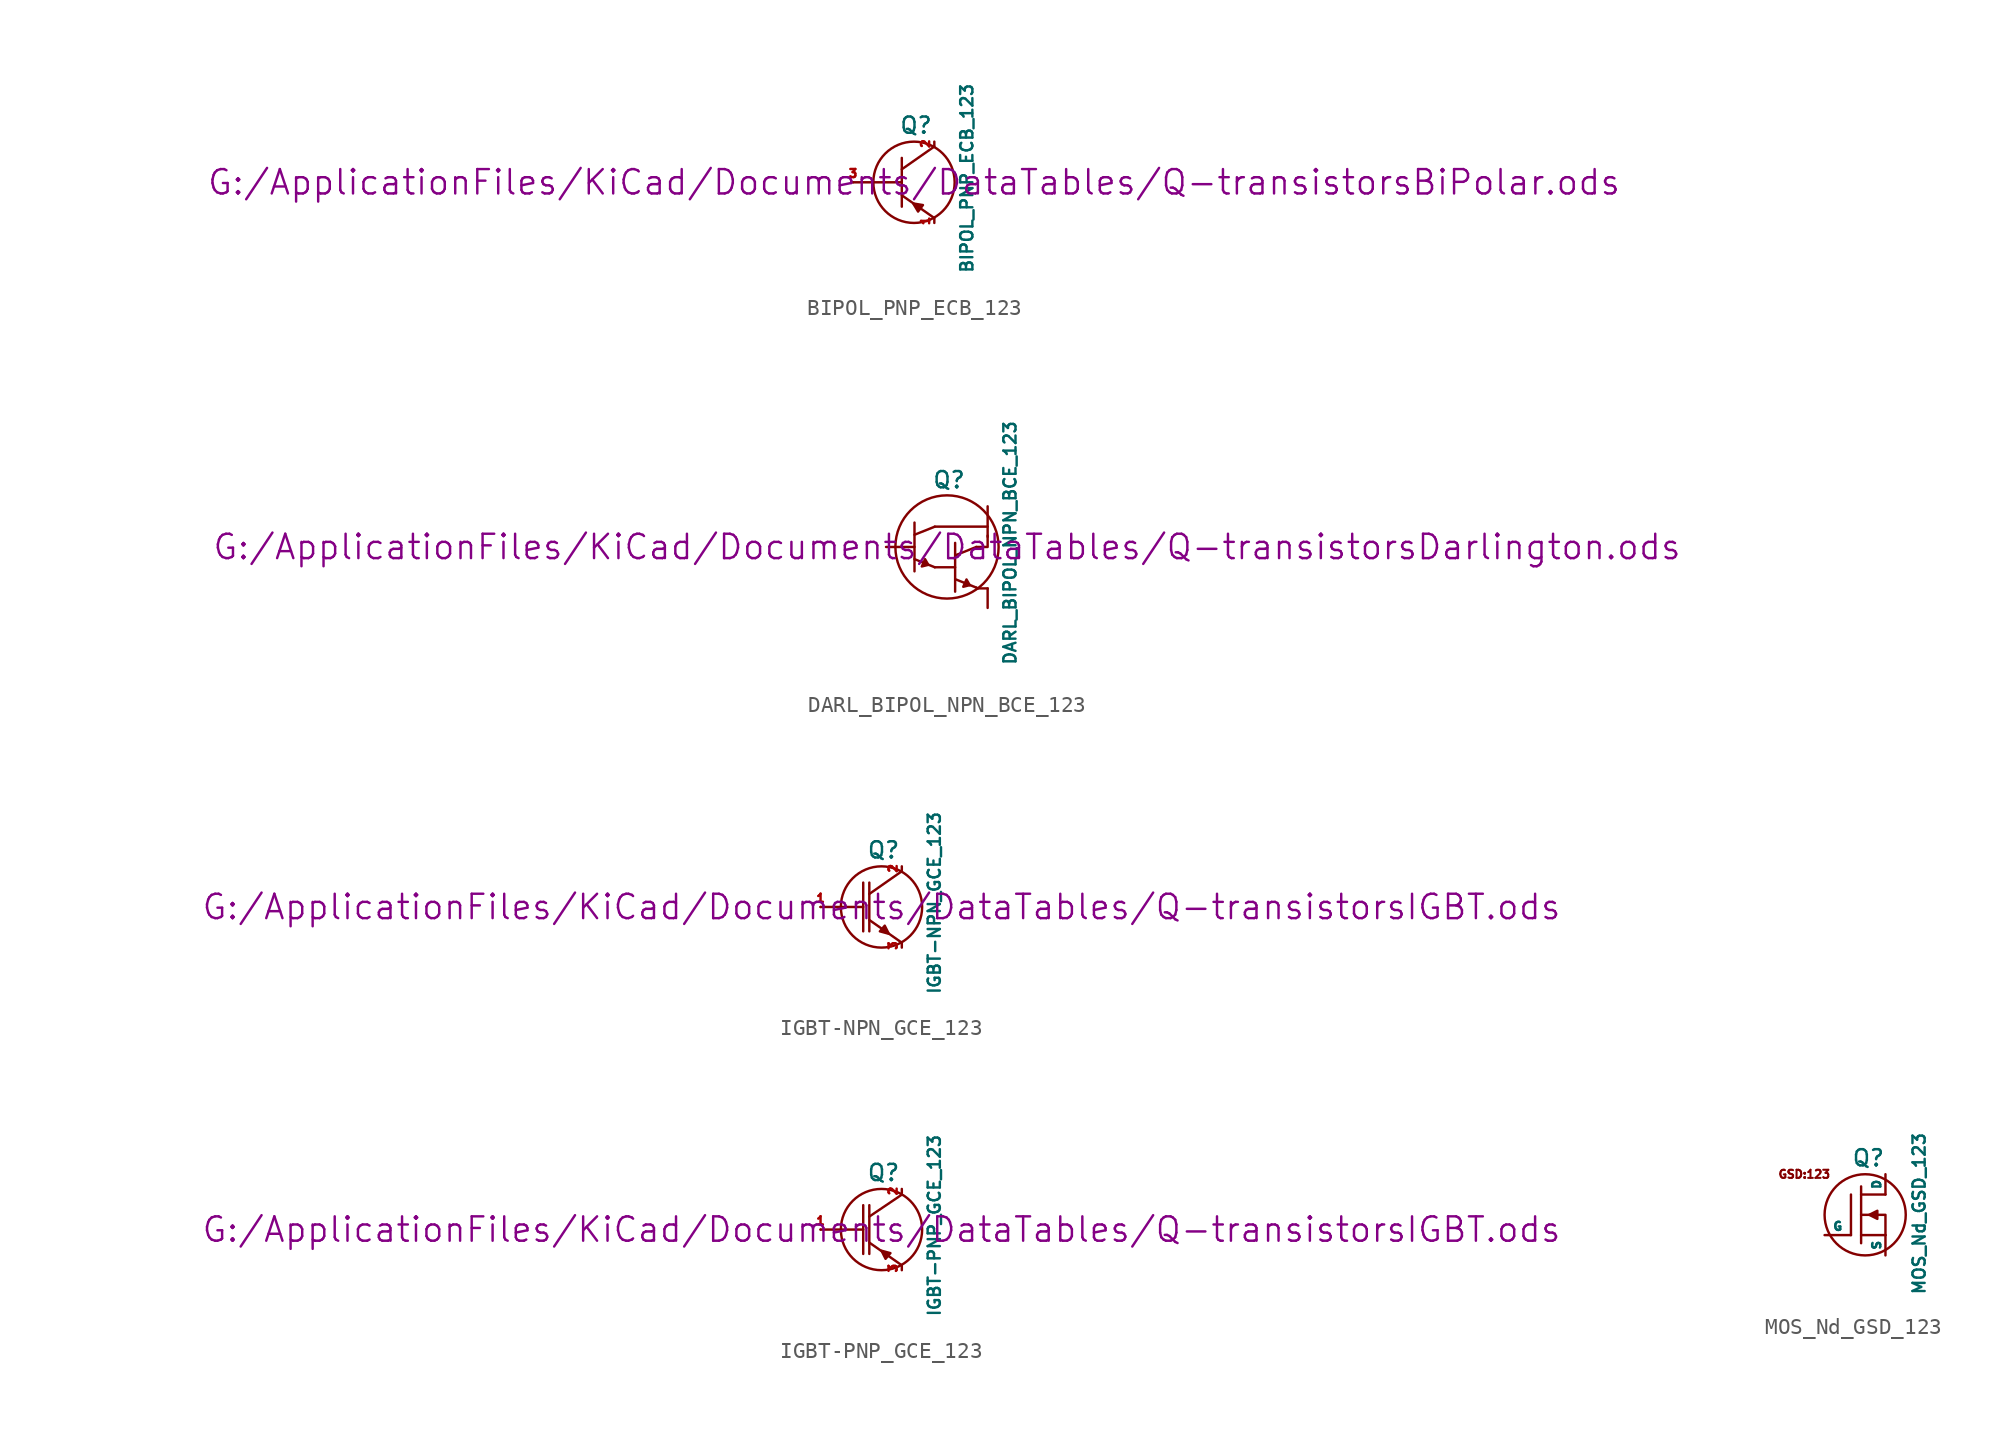
<source format=kicad_sym>
(kicad_symbol_lib
  (version 20211014)
  (generator kicad_symbol_editor)
  (symbol "BIPOL_PNP_ECB_123"
    (pin_names
      (offset 0) hide)
    (property "Reference" "Q"
      (at 0.127 3.556 0)
      (effects (font (size 1.016 1.016))))
    (property "Value" "BIPOL_PNP_ECB_123"
      (at 3.302 0.254 90)
      (effects (font (size 0.762 0.762))))
    (property "Footprint" ""
      (at 0 0 0)
      (effects (font (size 1.524 1.524))))
    (property "Datasheet" "G:/ApplicationFiles/KiCad/Documents/DataTables/Q-transistorsBiPolar.ods"
      (at 0 0 0)
      (effects (font (size 1.524 1.524))))
    (symbol "BIPOL_PNP_ECB_123_0_1"
      (polyline (pts (xy -3.81 0) (xy -0.762 0)) (stroke (width 0) (type default) (color 0 0 0 0)) (fill (type none)))
      (polyline (pts (xy -0.762 -0.813) (xy 1.27 -2.235)) (stroke (width 0) (type default) (color 0 0 0 0)) (fill (type none)))
      (polyline (pts (xy -0.762 0.813) (xy 1.27 2.235)) (stroke (width 0) (type default) (color 0 0 0 0)) (fill (type none)))
      (polyline (pts (xy -0.762 1.524) (xy -0.762 -1.524)) (stroke (width 0) (type default) (color 0 0 0 0)) (fill (type none)))
      (polyline (pts (xy -0.051 -1.321) (xy 0.254 -1.829) (xy 0.559 -1.422) (xy -0.051 -1.321)) (stroke (width 0) (type default) (color 0 0 0 0)) (fill (type outline)))
      (circle (center 0 0) (radius 2.54) (stroke (width 0) (type default) (color 0 0 0 0)) (fill (type none))))
    (symbol "BIPOL_PNP_ECB_123_1_1"
      (pin passive line (at 1.27 -2.54 90) (length 0.254) (name "E" (effects (font (size 0.635 0.635)))) (number "1" (effects (font (size 0.508 0.508)))))
      (pin passive line (at 1.27 2.54 270) (length 0.254) (name "C" (effects (font (size 0.635 0.635)))) (number "2" (effects (font (size 0.508 0.508)))))
      (pin passive line (at -3.81 0 0) (length 0) (name "B" (effects (font (size 0.508 0.508)))) (number "3" (effects (font (size 0.508 0.508)))))))
  (symbol "DARL_BIPOL_NPN_BCE_123"
    (pin_numbers hide)
    (pin_names
      (offset 0) hide)
    (property "Reference" "Q"
      (at 0.127 4.191 0)
      (effects (font (size 1.016 1.016))))
    (property "Value" "DARL_BIPOL_NPN_BCE_123"
      (at 3.937 0.254 90)
      (effects (font (size 0.762 0.762))))
    (property "Footprint" ""
      (at 0 0 0)
      (effects (font (size 1.524 1.524))))
    (property "Datasheet" "G:/ApplicationFiles/KiCad/Documents/DataTables/Q-transistorsDarlington.ods"
      (at 0 0 0)
      (effects (font (size 1.524 1.524))))
    (symbol "DARL_BIPOL_NPN_BCE_123_0_1"
      (polyline (pts (xy -2.032 -0.762) (xy -0.762 -1.27)) (stroke (width 0) (type default) (color 0 0 0 0)) (fill (type none)))
      (polyline (pts (xy -2.032 0.762) (xy -0.762 1.27)) (stroke (width 0) (type default) (color 0 0 0 0)) (fill (type none)))
      (polyline (pts (xy -2.032 1.524) (xy -2.032 -1.524)) (stroke (width 0) (type default) (color 0 0 0 0)) (fill (type none)))
      (polyline (pts (xy -1.168 -1.118) (xy -1.168 -1.118)) (stroke (width 0) (type default) (color 0 0 0 0)) (fill (type none)))
      (polyline (pts (xy 0.508 -1.27) (xy -0.762 -1.27)) (stroke (width 0) (type default) (color 0 0 0 0)) (fill (type none)))
      (polyline (pts (xy 0.508 0.254) (xy 0.508 -2.794)) (stroke (width 0) (type default) (color 0 0 0 0)) (fill (type none)))
      (polyline (pts (xy 0.559 -2.032) (xy 1.829 -2.54)) (stroke (width 0) (type default) (color 0 0 0 0)) (fill (type none)))
      (polyline (pts (xy 0.559 -0.508) (xy 1.829 0)) (stroke (width 0) (type default) (color 0 0 0 0)) (fill (type none)))
      (polyline (pts (xy 1.422 -2.388) (xy 1.422 -2.388)) (stroke (width 0) (type default) (color 0 0 0 0)) (fill (type none)))
      (polyline (pts (xy 1.829 -2.54) (xy 1.93 -2.591)) (stroke (width 0) (type default) (color 0 0 0 0)) (fill (type none)))
      (polyline (pts (xy 2.54 -2.591) (xy 1.93 -2.591)) (stroke (width 0) (type default) (color 0 0 0 0)) (fill (type none)))
      (polyline (pts (xy 2.54 1.27) (xy -0.762 1.27)) (stroke (width 0) (type default) (color 0 0 0 0)) (fill (type none)))
      (polyline (pts (xy 1.829 0) (xy 2.54 0) (xy 2.54 0.711)) (stroke (width 0) (type default) (color 0 0 0 0)) (fill (type none)))
      (polyline (pts (xy -1.168 -1.118) (xy -1.372 -0.762) (xy -1.575 -1.219) (xy -1.168 -1.118)) (stroke (width 0) (type default) (color 0 0 0 0)) (fill (type outline)))
      (polyline (pts (xy 1.422 -2.388) (xy 1.219 -2.032) (xy 1.016 -2.489) (xy 1.422 -2.388)) (stroke (width 0) (type default) (color 0 0 0 0)) (fill (type outline)))
      (circle (center 0 0) (radius 3.226) (stroke (width 0) (type default) (color 0 0 0 0)) (fill (type none))))
    (symbol "DARL_BIPOL_NPN_BCE_123_1_1"
      (pin passive line (at -3.81 0 0) (length 1.778) (name "B" (effects (font (size 0.635 0.635)))) (number "1" (effects (font (size 0.635 0.635)))))
      (pin passive line (at 2.54 2.54 270) (length 1.905) (name "C" (effects (font (size 0.635 0.635)))) (number "2" (effects (font (size 0.635 0.635)))))
      (pin passive line (at 2.54 -3.81 90) (length 1.219) (name "E" (effects (font (size 0.635 0.635)))) (number "3" (effects (font (size 0.635 0.635)))))))
  (symbol "IGBT-NPN_GCE_123"
    (pin_names
      (offset 0) hide)
    (property "Reference" "Q"
      (at 0.127 3.556 0)
      (effects (font (size 1.016 1.016))))
    (property "Value" "IGBT-NPN_GCE_123"
      (at 3.302 0.254 90)
      (effects (font (size 0.762 0.762))))
    (property "Footprint" ""
      (at 0 0 0)
      (effects (font (size 1.524 1.524))))
    (property "Datasheet" "G:/ApplicationFiles/KiCad/Documents/DataTables/Q-transistorsIGBT.ods"
      (at 0 0 0)
      (effects (font (size 1.524 1.524))))
    (symbol "IGBT-NPN_GCE_123_0_1"
      (polyline (pts (xy -3.81 0) (xy -1.143 0)) (stroke (width 0) (type default) (color 0 0 0 0)) (fill (type none)))
      (polyline (pts (xy -1.143 1.524) (xy -1.143 -1.524)) (stroke (width 0) (type default) (color 0 0 0 0)) (fill (type none)))
      (polyline (pts (xy -0.762 -0.813) (xy 1.27 -2.235)) (stroke (width 0) (type default) (color 0 0 0 0)) (fill (type none)))
      (polyline (pts (xy -0.762 0.813) (xy 1.27 2.235)) (stroke (width 0) (type default) (color 0 0 0 0)) (fill (type none)))
      (polyline (pts (xy -0.762 1.524) (xy -0.762 -1.524)) (stroke (width 0) (type default) (color 0 0 0 0)) (fill (type none)))
      (polyline (pts (xy 0.457 -1.676) (xy 0.203 -1.168) (xy -0.102 -1.524) (xy 0.457 -1.676)) (stroke (width 0) (type default) (color 0 0 0 0)) (fill (type outline)))
      (circle (center 0 0) (radius 2.54) (stroke (width 0) (type default) (color 0 0 0 0)) (fill (type none))))
    (symbol "IGBT-NPN_GCE_123_1_1"
      (pin passive line (at -3.81 0 0) (length 0) (name "G" (effects (font (size 0.508 0.508)))) (number "1" (effects (font (size 0.508 0.508)))))
      (pin passive line (at 1.27 2.54 270) (length 0.254) (name "C" (effects (font (size 0.635 0.635)))) (number "2" (effects (font (size 0.508 0.508)))))
      (pin passive line (at 1.27 -2.54 90) (length 0.254) (name "E" (effects (font (size 0.635 0.635)))) (number "3" (effects (font (size 0.508 0.508)))))))
  (symbol "IGBT-PNP_GCE_123"
    (pin_names
      (offset 0) hide)
    (property "Reference" "Q"
      (at 0.127 3.556 0)
      (effects (font (size 1.016 1.016))))
    (property "Value" "IGBT-PNP_GCE_123"
      (at 3.302 0.254 90)
      (effects (font (size 0.762 0.762))))
    (property "Footprint" ""
      (at 0 0 0)
      (effects (font (size 1.524 1.524))))
    (property "Datasheet" "G:/ApplicationFiles/KiCad/Documents/DataTables/Q-transistorsIGBT.ods"
      (at 0 0 0)
      (effects (font (size 1.524 1.524))))
    (symbol "IGBT-PNP_GCE_123_0_1"
      (polyline (pts (xy -3.81 0) (xy -1.143 0)) (stroke (width 0) (type default) (color 0 0 0 0)) (fill (type none)))
      (polyline (pts (xy -1.143 1.524) (xy -1.143 -1.524)) (stroke (width 0) (type default) (color 0 0 0 0)) (fill (type none)))
      (polyline (pts (xy -0.762 -0.813) (xy 1.27 -2.235)) (stroke (width 0) (type default) (color 0 0 0 0)) (fill (type none)))
      (polyline (pts (xy -0.762 0.813) (xy 1.27 2.184)) (stroke (width 0) (type default) (color 0 0 0 0)) (fill (type none)))
      (polyline (pts (xy -0.762 1.524) (xy -0.762 -1.524)) (stroke (width 0) (type default) (color 0 0 0 0)) (fill (type none)))
      (polyline (pts (xy 1.27 2.184) (xy 1.27 2.184)) (stroke (width 0) (type default) (color 0 0 0 0)) (fill (type none)))
      (polyline (pts (xy 0 -1.321) (xy 0.254 -1.829) (xy 0.559 -1.473) (xy 0 -1.321)) (stroke (width 0) (type default) (color 0 0 0 0)) (fill (type outline)))
      (circle (center 0 0) (radius 2.54) (stroke (width 0) (type default) (color 0 0 0 0)) (fill (type none))))
    (symbol "IGBT-PNP_GCE_123_1_1"
      (pin passive line (at -3.81 0 0) (length 0) (name "G" (effects (font (size 0.508 0.508)))) (number "1" (effects (font (size 0.508 0.508)))))
      (pin passive line (at 1.27 2.54 270) (length 0.254) (name "C" (effects (font (size 0.635 0.635)))) (number "2" (effects (font (size 0.508 0.508)))))
      (pin passive line (at 1.27 -2.54 90) (length 0.254) (name "E" (effects (font (size 0.635 0.635)))) (number "3" (effects (font (size 0.508 0.508)))))))
  (symbol "MOS_Nd_GSD_123"
    (pin_numbers hide)
    (pin_names
      (offset 0))
    (property "Reference" "Q"
      (at 0.203 3.556 0)
      (effects (font (size 1.016 1.016))))
    (property "Value" "MOS_Nd_GSD_123"
      (at 3.378 0.076 90)
      (effects (font (size 0.762 0.762))))
    (property "Footprint" ""
      (at 0 0 0)
      (effects (font (size 1.524 1.524))))
    (property "Datasheet" ""
      (at 0 0 0)
      (effects (font (size 1.524 1.524))))
    (symbol "MOS_Nd_GSD_123_0_0"
      (text "GSD:123" (at -3.81 2.54 0) (effects (font (size 0.508 0.508)))))
    (symbol "MOS_Nd_GSD_123_0_1"
      (polyline (pts (xy -0.889 1.27) (xy -0.889 -1.27)) (stroke (width 0) (type default) (color 0 0 0 0)) (fill (type none)))
      (polyline (pts (xy -0.254 -1.27) (xy 1.27 -1.27) (xy 1.27 -1.27)) (stroke (width 0) (type default) (color 0 0 0 0)) (fill (type outline)))
      (polyline (pts (xy -0.254 0) (xy 1.27 0) (xy 1.27 -1.27)) (stroke (width 0) (type default) (color 0 0 0 0)) (fill (type none)))
      (polyline (pts (xy -0.254 1.27) (xy 1.27 1.27) (xy 1.27 1.27)) (stroke (width 0) (type default) (color 0 0 0 0)) (fill (type outline)))
      (polyline (pts (xy -0.254 1.778) (xy -0.254 -1.778) (xy -0.254 -1.778)) (stroke (width 0) (type default) (color 0 0 0 0)) (fill (type outline)))
      (polyline (pts (xy 0.254 0) (xy 0.762 0.254) (xy 0.762 -0.254) (xy 0.254 0)) (stroke (width 0) (type default) (color 0 0 0 0)) (fill (type outline)))
      (circle (center 0 0) (radius 2.54) (stroke (width 0) (type default) (color 0 0 0 0)) (fill (type none))))
    (symbol "MOS_Nd_GSD_123_1_1"
      (pin passive line (at -2.54 -1.27 0) (length 1.651) (name "G" (effects (font (size 0.508 0.508)))) (number "1" (effects (font (size 0.635 0.635)))))
      (pin passive line (at 1.27 2.54 270) (length 1.27) (name "D" (effects (font (size 0.508 0.508)))) (number "2" (effects (font (size 0.508 0.508)))))
      (pin passive line (at 1.27 -2.54 90) (length 1.27) (name "S" (effects (font (size 0.508 0.508)))) (number "3" (effects (font (size 0.635 0.635))))))))
</source>
